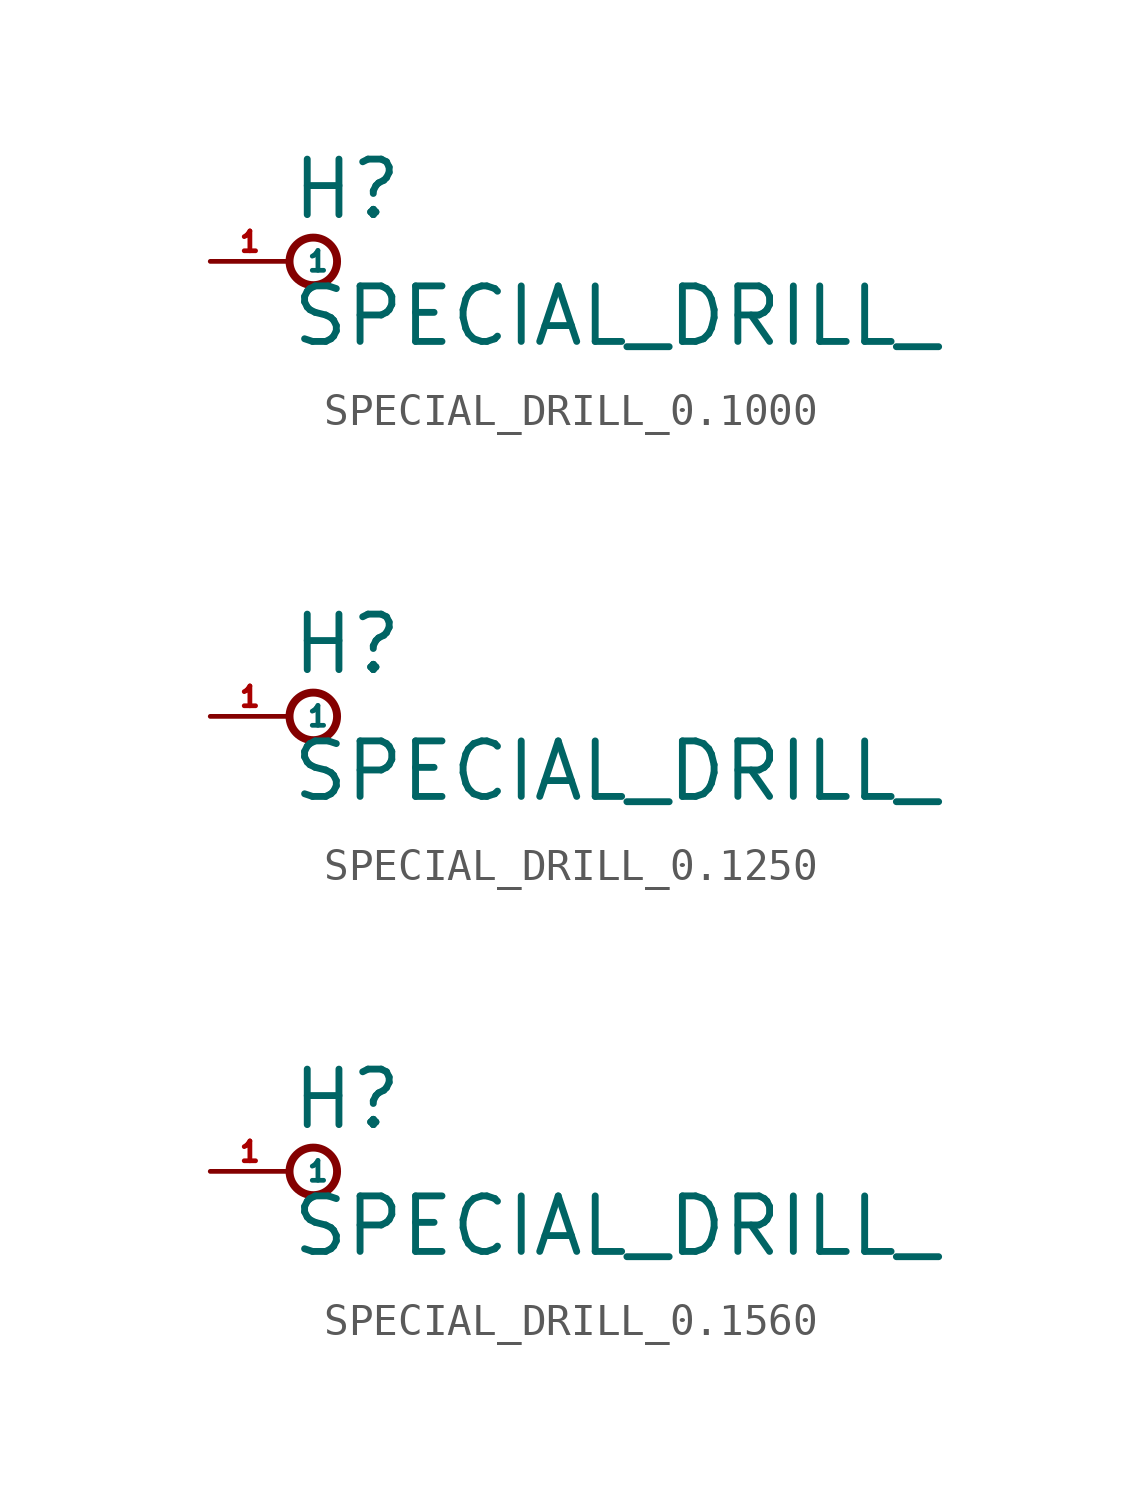
<source format=kicad_sym>
(kicad_symbol_lib
  (version 20220914)
  (generator Eagle2Kicad)
  (symbol "SPECIAL_DRILL_0.1000"
    (property "Reference" "H"
      (at 0 1.27 0)
      (effects (font (size 1.778 1.778) (thickness 0.22)) (justify left bottom)))
    (property "Value" "SPECIAL_DRILL_"
      (at 0 -2.794 0)
      (effects (font (size 1.778 1.778) (thickness 0.22)) (justify left bottom)))
    (circle
      (center 0.762 0)
      (radius 0.762)
      (stroke (width 0.254) (type default))
      (fill (type none)))
    (pin passive line
      (at -2.54 0 0)
      (length 2.54)
      (name "1" (effects (font (size 0.635 0.635) (thickness 0.08)) (justify left bottom)))
      (number "1" (effects (font (size 0.635 0.635) (thickness 0.08)) (justify left bottom)))))
  (symbol "SPECIAL_DRILL_0.1250"
    (property "Reference" "H"
      (at 0 1.27 0)
      (effects (font (size 1.778 1.778) (thickness 0.22)) (justify left bottom)))
    (property "Value" "SPECIAL_DRILL_"
      (at 0 -2.794 0)
      (effects (font (size 1.778 1.778) (thickness 0.22)) (justify left bottom)))
    (circle
      (center 0.762 0)
      (radius 0.762)
      (stroke (width 0.254) (type default))
      (fill (type none)))
    (pin passive line
      (at -2.54 0 0)
      (length 2.54)
      (name "1" (effects (font (size 0.635 0.635) (thickness 0.08)) (justify left bottom)))
      (number "1" (effects (font (size 0.635 0.635) (thickness 0.08)) (justify left bottom)))))
  (symbol "SPECIAL_DRILL_0.1560"
    (property "Reference" "H"
      (at 0 1.27 0)
      (effects (font (size 1.778 1.778) (thickness 0.22)) (justify left bottom)))
    (property "Value" "SPECIAL_DRILL_"
      (at 0 -2.794 0)
      (effects (font (size 1.778 1.778) (thickness 0.22)) (justify left bottom)))
    (circle
      (center 0.762 0)
      (radius 0.762)
      (stroke (width 0.254) (type default))
      (fill (type none)))
    (pin passive line
      (at -2.54 0 0)
      (length 2.54)
      (name "1" (effects (font (size 0.635 0.635) (thickness 0.08)) (justify left bottom)))
      (number "1" (effects (font (size 0.635 0.635) (thickness 0.08)) (justify left bottom))))))
</source>
